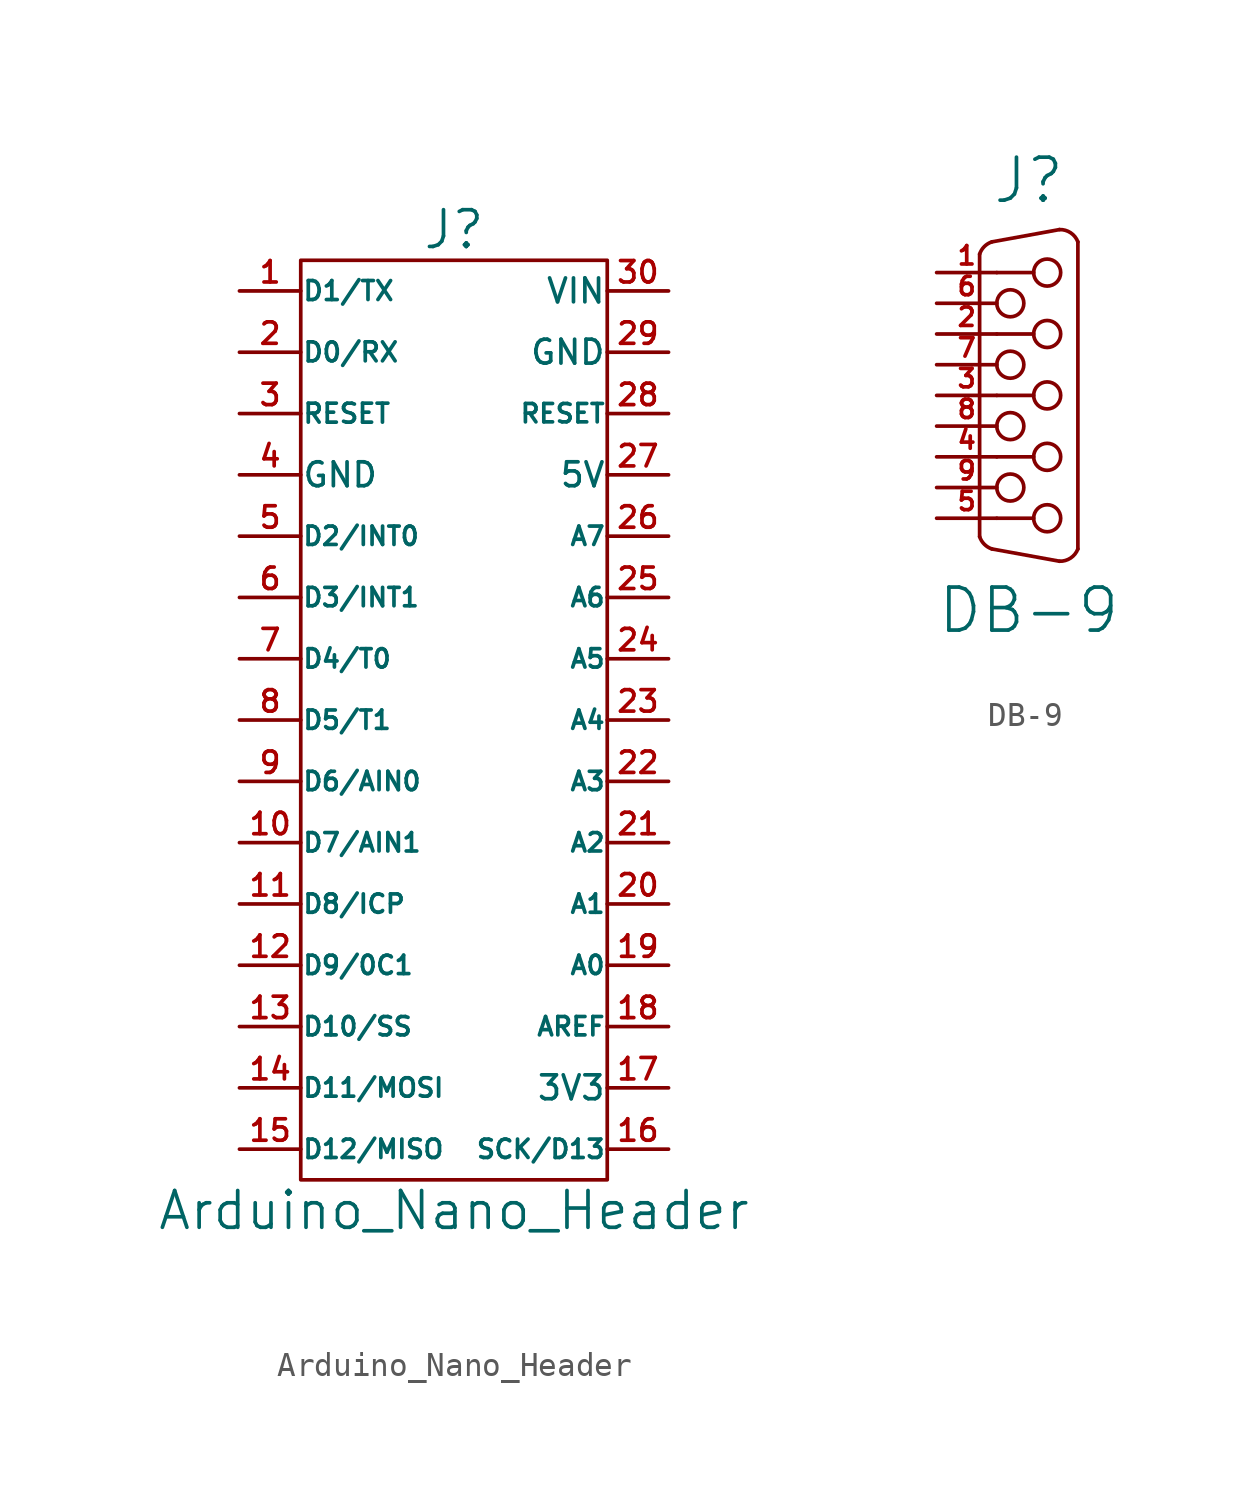
<source format=kicad_sym>
(kicad_symbol_lib
  (version 20201005)
  (generator kicad_symbol_editor)
  (symbol "Arduino_Nano_Header"
    (pin_names
      (offset 0.025))
    (property "Reference" "J"
      (at 0 20.32 0)
      (effects (font (size 1.524 1.524))))
    (property "Value" "Arduino_Nano_Header"
      (at 0 -20.32 0)
      (effects (font (size 1.524 1.524))))
    (property "Footprint" ""
      (at 0 0 0)
      (effects (font (size 1.524 1.524))))
    (property "Datasheet" ""
      (at 0 0 0)
      (effects (font (size 1.524 1.524))))
    (symbol "Arduino_Nano_Header_0_1"
      (rectangle (start 6.35 -19.05) (end -6.35 19.05) (stroke (width 0)) (fill (type none))))
    (symbol "Arduino_Nano_Header_1_1"
      (pin passive line (at -8.89 17.78 0) (length 2.54) (name "D1/TX" (effects (font (size 0.787 0.787)))) (number "1" (effects (font (size 0.889 0.889)))))
      (pin passive line (at -8.89 -5.08 0) (length 2.54) (name "D7/AIN1" (effects (font (size 0.762 0.762)))) (number "10" (effects (font (size 0.889 0.889)))))
      (pin passive line (at -8.89 -7.62 0) (length 2.54) (name "D8/ICP" (effects (font (size 0.762 0.762)))) (number "11" (effects (font (size 0.889 0.889)))))
      (pin passive line (at -8.89 -10.16 0) (length 2.54) (name "D9/0C1" (effects (font (size 0.762 0.762)))) (number "12" (effects (font (size 0.889 0.889)))))
      (pin passive line (at -8.89 -12.7 0) (length 2.54) (name "D10/SS" (effects (font (size 0.762 0.762)))) (number "13" (effects (font (size 0.889 0.889)))))
      (pin passive line (at -8.89 -15.24 0) (length 2.54) (name "D11/MOSI" (effects (font (size 0.762 0.762)))) (number "14" (effects (font (size 0.889 0.889)))))
      (pin passive line (at -8.89 -17.78 0) (length 2.54) (name "D12/MISO" (effects (font (size 0.762 0.762)))) (number "15" (effects (font (size 0.889 0.889)))))
      (pin passive line (at 8.89 -17.78 180) (length 2.54) (name "SCK/D13" (effects (font (size 0.762 0.762)))) (number "16" (effects (font (size 0.889 0.889)))))
      (pin passive line (at 8.89 -15.24 180) (length 2.54) (name "3V3" (effects (font (size 0.991 0.991)))) (number "17" (effects (font (size 0.889 0.889)))))
      (pin passive line (at 8.89 -12.7 180) (length 2.54) (name "AREF" (effects (font (size 0.762 0.762)))) (number "18" (effects (font (size 0.889 0.889)))))
      (pin passive line (at 8.89 -10.16 180) (length 2.54) (name "A0" (effects (font (size 0.762 0.762)))) (number "19" (effects (font (size 0.889 0.889)))))
      (pin passive line (at -8.89 15.24 0) (length 2.54) (name "D0/RX" (effects (font (size 0.787 0.787)))) (number "2" (effects (font (size 0.889 0.889)))))
      (pin passive line (at 8.89 -7.62 180) (length 2.54) (name "A1" (effects (font (size 0.762 0.762)))) (number "20" (effects (font (size 0.889 0.889)))))
      (pin passive line (at 8.89 -5.08 180) (length 2.54) (name "A2" (effects (font (size 0.762 0.762)))) (number "21" (effects (font (size 0.889 0.889)))))
      (pin passive line (at 8.89 -2.54 180) (length 2.54) (name "A3" (effects (font (size 0.762 0.762)))) (number "22" (effects (font (size 0.889 0.889)))))
      (pin passive line (at 8.89 0 180) (length 2.54) (name "A4" (effects (font (size 0.762 0.762)))) (number "23" (effects (font (size 0.889 0.889)))))
      (pin passive line (at 8.89 2.54 180) (length 2.54) (name "A5" (effects (font (size 0.762 0.762)))) (number "24" (effects (font (size 0.889 0.889)))))
      (pin passive line (at 8.89 5.08 180) (length 2.54) (name "A6" (effects (font (size 0.762 0.762)))) (number "25" (effects (font (size 0.889 0.889)))))
      (pin passive line (at 8.89 7.62 180) (length 2.54) (name "A7" (effects (font (size 0.762 0.762)))) (number "26" (effects (font (size 0.889 0.889)))))
      (pin passive line (at 8.89 10.16 180) (length 2.54) (name "5V" (effects (font (size 0.991 0.991)))) (number "27" (effects (font (size 0.889 0.889)))))
      (pin passive line (at 8.89 12.7 180) (length 2.54) (name "RESET" (effects (font (size 0.762 0.762)))) (number "28" (effects (font (size 0.889 0.889)))))
      (pin passive line (at 8.89 15.24 180) (length 2.54) (name "GND" (effects (font (size 0.991 0.991)))) (number "29" (effects (font (size 0.889 0.889)))))
      (pin passive line (at -8.89 12.7 0) (length 2.54) (name "RESET" (effects (font (size 0.787 0.787)))) (number "3" (effects (font (size 0.889 0.889)))))
      (pin passive line (at 8.89 17.78 180) (length 2.54) (name "VIN" (effects (font (size 0.991 0.991)))) (number "30" (effects (font (size 0.889 0.889)))))
      (pin passive line (at -8.89 10.16 0) (length 2.54) (name "GND" (effects (font (size 0.991 0.991)))) (number "4" (effects (font (size 0.889 0.889)))))
      (pin passive line (at -8.89 7.62 0) (length 2.54) (name "D2/INT0" (effects (font (size 0.762 0.762)))) (number "5" (effects (font (size 0.889 0.889)))))
      (pin passive line (at -8.89 5.08 0) (length 2.54) (name "D3/INT1" (effects (font (size 0.762 0.762)))) (number "6" (effects (font (size 0.889 0.889)))))
      (pin passive line (at -8.89 2.54 0) (length 2.54) (name "D4/T0" (effects (font (size 0.762 0.762)))) (number "7" (effects (font (size 0.889 0.889)))))
      (pin passive line (at -8.89 0 0) (length 2.54) (name "D5/T1" (effects (font (size 0.762 0.762)))) (number "8" (effects (font (size 0.889 0.889)))))
      (pin passive line (at -8.89 -2.54 0) (length 2.54) (name "D6/AIN0" (effects (font (size 0.762 0.762)))) (number "9" (effects (font (size 0.889 0.889)))))))
  (symbol "DB-9"
    (pin_names
      (offset 1.016) hide)
    (property "Reference" "J"
      (at 0 10.16 0)
      (effects (font (size 1.778 1.778))))
    (property "Value" "DB-9"
      (at 0 -7.62 0)
      (effects (font (size 1.778 1.778))))
    (property "Footprint" ""
      (at 0 0 0)
      (effects (font (size 1.524 1.524))))
    (property "Datasheet" ""
      (at 0 0 0)
      (effects (font (size 1.524 1.524))))
    (symbol "DB-9_0_1"
      (arc (start -2.032 -4.572) (end -1.524 -5.08) (radius (at -1.27 -4.318) (length 0.7874) (angles -161.5 -108.4)) (stroke (width 0)) (fill (type none)))
      (arc (start -2.032 7.112) (end -1.524 7.62) (radius (at -1.27 6.858) (length 0.7874) (angles 161.5 108.4)) (stroke (width 0)) (fill (type none)))
      (arc (start 1.27 -5.588) (end 2.032 -5.08) (radius (at 1.2954 -4.8006) (length 0.7874) (angles -91.8 -20.7)) (stroke (width 0)) (fill (type none)))
      (arc (start 2.032 7.62) (end 1.27 8.128) (radius (at 1.2954 7.3406) (length 0.7874) (angles 20.7 91.8)) (stroke (width 0)) (fill (type none)))
      (circle (center -0.762 -2.54) (radius 0.559) (stroke (width 0)) (fill (type none)))
      (circle (center -0.762 0) (radius 0.559) (stroke (width 0)) (fill (type none)))
      (circle (center -0.762 2.54) (radius 0.559) (stroke (width 0)) (fill (type none)))
      (circle (center -0.762 5.08) (radius 0.559) (stroke (width 0)) (fill (type none)))
      (circle (center 0.762 -3.81) (radius 0.559) (stroke (width 0)) (fill (type none)))
      (circle (center 0.762 -1.27) (radius 0.559) (stroke (width 0)) (fill (type none)))
      (circle (center 0.762 1.27) (radius 0.559) (stroke (width 0)) (fill (type none)))
      (circle (center 0.762 3.81) (radius 0.559) (stroke (width 0)) (fill (type none)))
      (circle (center 0.762 6.35) (radius 0.559) (stroke (width 0)) (fill (type none)))
      (polyline (pts (xy -1.321 -3.81) (xy 0.203 -3.81)) (stroke (width 0)) (fill (type none)))
      (polyline (pts (xy -1.321 -1.27) (xy 0.203 -1.27)) (stroke (width 0)) (fill (type none)))
      (polyline (pts (xy -1.321 1.27) (xy 0.203 1.27)) (stroke (width 0)) (fill (type none)))
      (polyline (pts (xy -1.321 3.81) (xy 0.203 3.81)) (stroke (width 0)) (fill (type none)))
      (polyline (pts (xy -1.321 6.35) (xy 0.203 6.35)) (stroke (width 0)) (fill (type none)))
      (polyline (pts (xy -2.032 -4.572) (xy -2.032 7.112) (xy -2.032 7.112)) (stroke (width 0)) (fill (type none)))
      (polyline (pts (xy -1.524 -5.08) (xy 1.27 -5.588) (xy 1.27 -5.588)) (stroke (width 0)) (fill (type none)))
      (polyline (pts (xy -1.524 7.62) (xy 1.27 8.128) (xy 1.27 8.128)) (stroke (width 0)) (fill (type none)))
      (polyline (pts (xy 2.032 7.62) (xy 2.032 -5.08) (xy 2.032 -5.08)) (stroke (width 0)) (fill (type none))))
    (symbol "DB-9_1_1"
      (pin passive line (at -3.81 6.35 0) (length 2.489) (name "~" (effects (font (size 0.762 0.762)))) (number "1" (effects (font (size 0.762 0.762)))))
      (pin passive line (at -3.81 3.81 0) (length 2.489) (name "~" (effects (font (size 0.762 0.762)))) (number "2" (effects (font (size 0.762 0.762)))))
      (pin passive line (at -3.81 1.27 0) (length 2.489) (name "~" (effects (font (size 0.762 0.762)))) (number "3" (effects (font (size 0.762 0.762)))))
      (pin passive line (at -3.81 -1.27 0) (length 2.489) (name "~" (effects (font (size 0.762 0.762)))) (number "4" (effects (font (size 0.762 0.762)))))
      (pin passive line (at -3.81 -3.81 0) (length 2.489) (name "~" (effects (font (size 0.762 0.762)))) (number "5" (effects (font (size 0.762 0.762)))))
      (pin passive line (at -3.81 5.08 0) (length 2.489) (name "~" (effects (font (size 0.762 0.762)))) (number "6" (effects (font (size 0.762 0.762)))))
      (pin passive line (at -3.81 2.54 0) (length 2.489) (name "~" (effects (font (size 0.762 0.762)))) (number "7" (effects (font (size 0.762 0.762)))))
      (pin passive line (at -3.81 0 0) (length 2.489) (name "~" (effects (font (size 0.762 0.762)))) (number "8" (effects (font (size 0.762 0.762)))))
      (pin passive line (at -3.81 -2.54 0) (length 2.489) (name "~" (effects (font (size 0.762 0.762)))) (number "9" (effects (font (size 0.762 0.762))))))))
</source>
